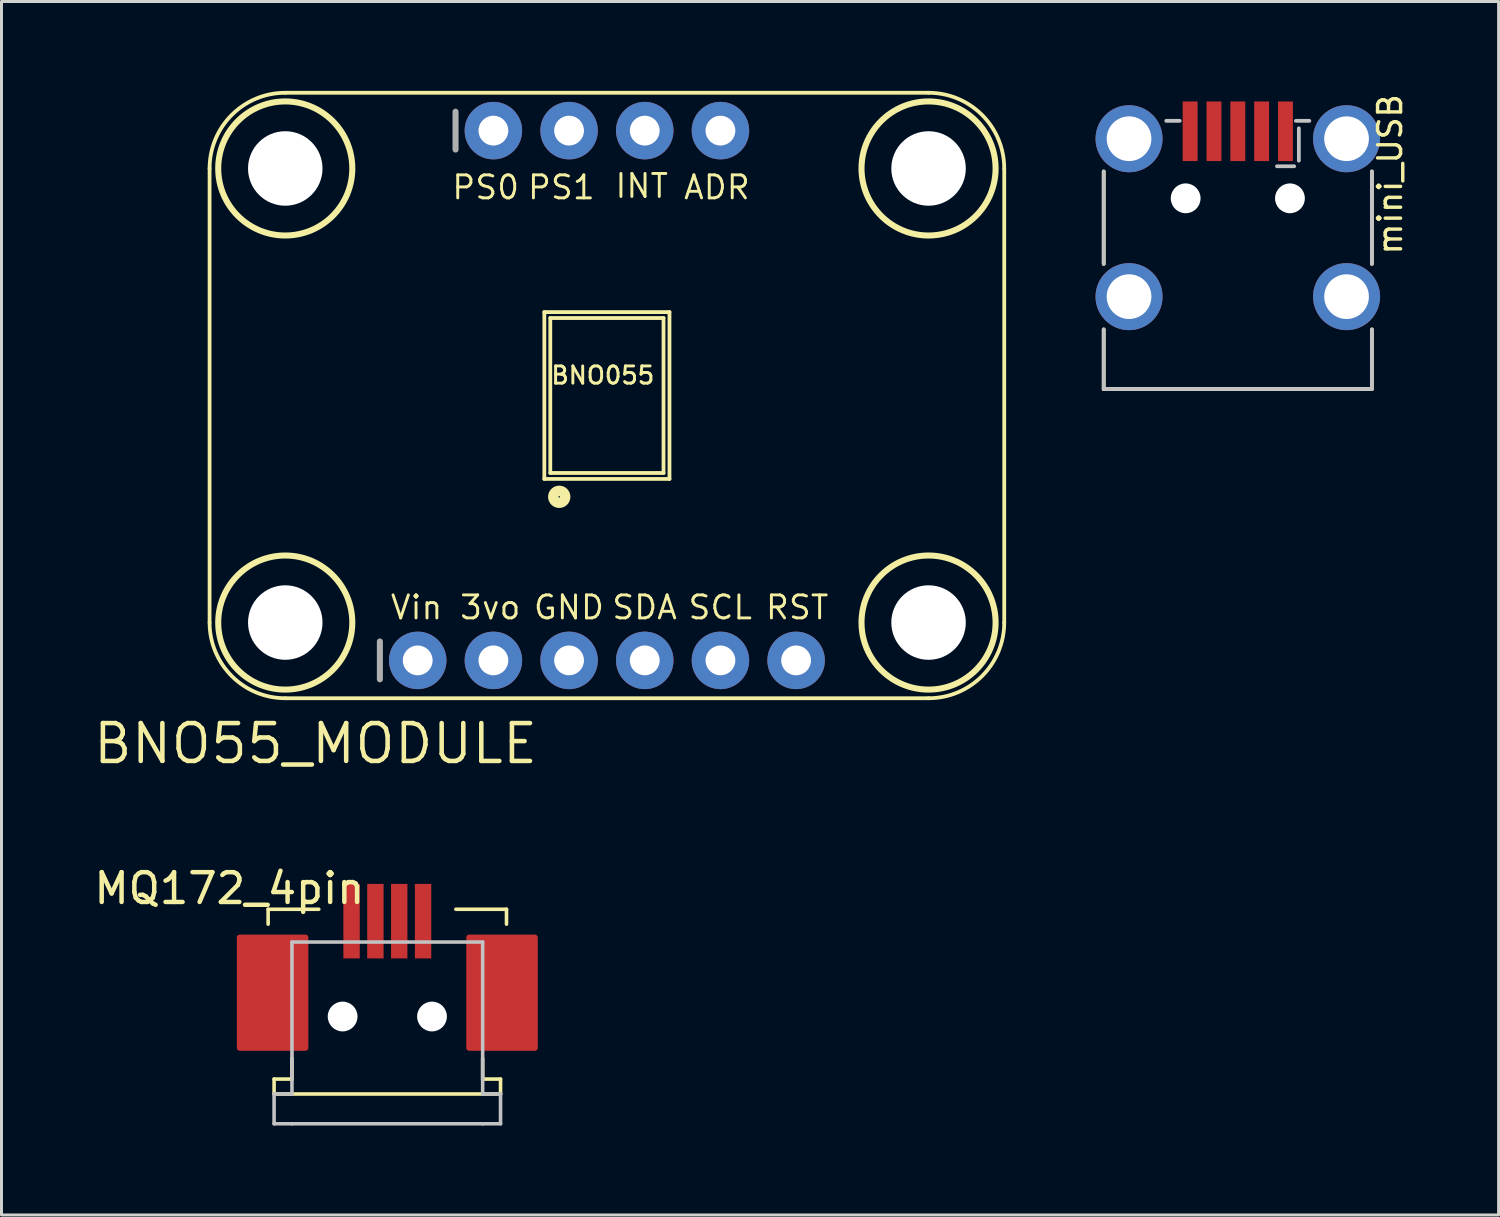
<source format=kicad_pcb>
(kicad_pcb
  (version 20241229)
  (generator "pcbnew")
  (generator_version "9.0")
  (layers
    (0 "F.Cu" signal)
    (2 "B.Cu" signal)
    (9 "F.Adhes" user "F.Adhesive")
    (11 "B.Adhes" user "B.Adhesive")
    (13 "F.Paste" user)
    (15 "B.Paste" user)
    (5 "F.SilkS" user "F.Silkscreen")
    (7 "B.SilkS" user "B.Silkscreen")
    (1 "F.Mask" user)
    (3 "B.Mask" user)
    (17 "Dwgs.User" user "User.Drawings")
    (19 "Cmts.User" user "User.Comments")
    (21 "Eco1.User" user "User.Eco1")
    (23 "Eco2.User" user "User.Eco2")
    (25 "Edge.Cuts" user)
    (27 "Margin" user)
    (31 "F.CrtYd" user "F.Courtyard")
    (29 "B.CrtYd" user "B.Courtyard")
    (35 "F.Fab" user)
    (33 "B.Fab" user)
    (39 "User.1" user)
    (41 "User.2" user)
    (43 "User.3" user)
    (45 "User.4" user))
  (footprint "BNO55_MODULE"
    (layer "F.Cu")
    (at 3.984 20.384)
    (property "Reference" "BNO55_MODULE" (at 3.556 1.524 0) (layer "F.SilkS") (effects (font (size 1.27 1.27) (thickness 0.152))))
    (attr through_hole)
    (fp_line (start 0 -2.54) (end 0 -17.78) (stroke (width 0.127) (type solid)) (layer "F.SilkS"))
    (fp_line (start 2.54 -20.32) (end 24.13 -20.32) (stroke (width 0.127) (type solid)) (layer "F.SilkS"))
    (fp_line (start 11.235 -12.96) (end 15.435 -12.96) (stroke (width 0.127) (type solid)) (layer "F.SilkS"))
    (fp_line (start 11.235 -7.36) (end 11.235 -12.96) (stroke (width 0.127) (type solid)) (layer "F.SilkS"))
    (fp_line (start 11.435 -12.76) (end 15.235 -12.76) (stroke (width 0.127) (type solid)) (layer "F.SilkS"))
    (fp_line (start 11.435 -7.56) (end 11.435 -12.76) (stroke (width 0.127) (type solid)) (layer "F.SilkS"))
    (fp_line (start 15.235 -12.76) (end 15.235 -7.56) (stroke (width 0.127) (type solid)) (layer "F.SilkS"))
    (fp_line (start 15.235 -7.56) (end 11.435 -7.56) (stroke (width 0.127) (type solid)) (layer "F.SilkS"))
    (fp_line (start 15.435 -12.96) (end 15.435 -7.36) (stroke (width 0.127) (type solid)) (layer "F.SilkS"))
    (fp_line (start 15.435 -7.36) (end 11.235 -7.36) (stroke (width 0.127) (type solid)) (layer "F.SilkS"))
    (fp_line (start 24.13 0) (end 2.54 0) (stroke (width 0.127) (type solid)) (layer "F.SilkS"))
    (fp_line (start 26.67 -17.78) (end 26.67 -2.54) (stroke (width 0.127) (type solid)) (layer "F.SilkS"))
    (fp_arc (start 0 -17.78) (mid 0.743949 -19.576051) (end 2.54 -20.32) (stroke (width 0.127) (type solid)) (layer "F.SilkS"))
    (fp_arc (start 2.54 0) (mid 0.743949 -0.743949) (end 0 -2.54) (stroke (width 0.127) (type solid)) (layer "F.SilkS"))
    (fp_arc (start 24.13 -20.32) (mid 25.926051 -19.576051) (end 26.67 -17.78) (stroke (width 0.127) (type solid)) (layer "F.SilkS"))
    (fp_arc (start 26.67 -2.54) (mid 25.926051 -0.743949) (end 24.13 0) (stroke (width 0.127) (type solid)) (layer "F.SilkS"))
    (fp_circle (center 2.54 -17.78) (end 4.79 -17.78) (stroke (width 0.203) (type solid)) (fill no) (layer "F.SilkS"))
    (fp_circle (center 2.54 -2.54) (end 4.79 -2.54) (stroke (width 0.203) (type solid)) (fill no) (layer "F.SilkS"))
    (fp_circle (center 11.735 -6.76) (end 11.935 -6.76) (stroke (width 0.35) (type solid)) (fill no) (layer "F.SilkS"))
    (fp_circle (center 24.13 -17.78) (end 26.38 -17.78) (stroke (width 0.203) (type solid)) (fill no) (layer "F.SilkS"))
    (fp_circle (center 24.13 -2.54) (end 26.38 -2.54) (stroke (width 0.203) (type solid)) (fill no) (layer "F.SilkS"))
    (fp_line (start 5.715 -1.905) (end 5.715 -0.635) (stroke (width 0.203) (type solid)) (layer "F.Fab"))
    (fp_line (start 8.255 -19.685) (end 8.255 -18.415) (stroke (width 0.203) (type solid)) (layer "F.Fab"))
    (fp_poly (pts (xy 6.731 -1.016) (xy 7.239 -1.016) (xy 7.239 -1.524) (xy 6.731 -1.524)) (stroke (width 0.1) (type solid)) (fill no) (layer "F.Fab"))
    (fp_poly (pts (xy 9.271 -18.796) (xy 9.779 -18.796) (xy 9.779 -19.304) (xy 9.271 -19.304)) (stroke (width 0.1) (type solid)) (fill no) (layer "F.Fab"))
    (fp_poly (pts (xy 9.271 -1.016) (xy 9.779 -1.016) (xy 9.779 -1.524) (xy 9.271 -1.524)) (stroke (width 0.1) (type solid)) (fill no) (layer "F.Fab"))
    (fp_poly (pts (xy 11.811 -18.796) (xy 12.319 -18.796) (xy 12.319 -19.304) (xy 11.811 -19.304)) (stroke (width 0.1) (type solid)) (fill no) (layer "F.Fab"))
    (fp_poly (pts (xy 11.811 -1.016) (xy 12.319 -1.016) (xy 12.319 -1.524) (xy 11.811 -1.524)) (stroke (width 0.1) (type solid)) (fill no) (layer "F.Fab"))
    (fp_poly (pts (xy 14.351 -18.796) (xy 14.859 -18.796) (xy 14.859 -19.304) (xy 14.351 -19.304)) (stroke (width 0.1) (type solid)) (fill no) (layer "F.Fab"))
    (fp_poly (pts (xy 14.351 -1.016) (xy 14.859 -1.016) (xy 14.859 -1.524) (xy 14.351 -1.524)) (stroke (width 0.1) (type solid)) (fill no) (layer "F.Fab"))
    (fp_poly (pts (xy 16.891 -18.796) (xy 17.399 -18.796) (xy 17.399 -19.304) (xy 16.891 -19.304)) (stroke (width 0.1) (type solid)) (fill no) (layer "F.Fab"))
    (fp_poly (pts (xy 16.891 -1.016) (xy 17.399 -1.016) (xy 17.399 -1.524) (xy 16.891 -1.524)) (stroke (width 0.1) (type solid)) (fill no) (layer "F.Fab"))
    (fp_poly (pts (xy 19.431 -1.016) (xy 19.939 -1.016) (xy 19.939 -1.524) (xy 19.431 -1.524)) (stroke (width 0.1) (type solid)) (fill no) (layer "F.Fab"))
    (fp_text user "GND" (at 12.06 -3.048 0) (layer "F.SilkS") (effects (font (size 0.772 0.772) (thickness 0.098))))
    (fp_text user "ADR" (at 17.027 -17.145 0) (layer "F.SilkS") (effects (font (size 0.772 0.772) (thickness 0.098))))
    (fp_text user "PS0" (at 9.266 -17.145 0) (layer "F.SilkS") (effects (font (size 0.772 0.772) (thickness 0.098))))
    (fp_text user "INT" (at 14.504 -17.193 0) (layer "F.SilkS") (effects (font (size 0.772 0.772) (thickness 0.098))))
    (fp_text user "SCL" (at 17.14 -3.048 0) (layer "F.SilkS") (effects (font (size 0.772 0.772) (thickness 0.098))))
    (fp_text user "3vo" (at 9.42 -3.048 0) (layer "F.SilkS") (effects (font (size 0.772 0.772) (thickness 0.098))))
    (fp_text user "RST" (at 19.72 -3.048 0) (layer "F.SilkS") (effects (font (size 0.772 0.772) (thickness 0.098))))
    (fp_text user "BNO055" (at 14.986 -11.176 0) (layer "F.SilkS") (effects (font (size 0.579 0.579) (thickness 0.098)) (justify right top)))
    (fp_text user "PS1" (at 11.806 -17.145 0) (layer "F.SilkS") (effects (font (size 0.772 0.772) (thickness 0.098))))
    (fp_text user "SDA" (at 14.6 -3.048 0) (layer "F.SilkS") (effects (font (size 0.772 0.772) (thickness 0.098))))
    (fp_text user "Vin" (at 6.947 -3.048 0) (layer "F.SilkS") (effects (font (size 0.772 0.772) (thickness 0.098))))
    (pad "" np_thru_hole circle (at 2.54 -17.78) (size 2.5 2.5) (drill 2.5) (layers "*.Cu" "*.Mask"))
    (pad "" np_thru_hole circle (at 2.54 -2.54) (size 2.5 2.5) (drill 2.5) (layers "*.Cu" "*.Mask"))
    (pad "" np_thru_hole circle (at 24.13 -17.78) (size 2.5 2.5) (drill 2.5) (layers "*.Cu" "*.Mask"))
    (pad "" np_thru_hole circle (at 24.13 -2.54) (size 2.5 2.5) (drill 2.5) (layers "*.Cu" "*.Mask"))
    (pad "1" thru_hole circle (at 9.525 -19.05 90) (size 1.93 1.93) (drill 1) (layers "*.Cu" "*.Mask"))
    (pad "2" thru_hole circle (at 12.065 -19.05 90) (size 1.93 1.93) (drill 1) (layers "*.Cu" "*.Mask"))
    (pad "3" thru_hole circle (at 14.605 -19.05 90) (size 1.93 1.93) (drill 1) (layers "*.Cu" "*.Mask"))
    (pad "4" thru_hole circle (at 17.145 -19.05 90) (size 1.93 1.93) (drill 1) (layers "*.Cu" "*.Mask"))
    (pad "5" thru_hole circle (at 6.985 -1.27 90) (size 1.93 1.93) (drill 1) (layers "*.Cu" "*.Mask"))
    (pad "6" thru_hole circle (at 9.525 -1.27 90) (size 1.93 1.93) (drill 1) (layers "*.Cu" "*.Mask"))
    (pad "7" thru_hole circle (at 12.065 -1.27 90) (size 1.93 1.93) (drill 1) (layers "*.Cu" "*.Mask"))
    (pad "8" thru_hole circle (at 14.605 -1.27 90) (size 1.93 1.93) (drill 1) (layers "*.Cu" "*.Mask"))
    (pad "9" thru_hole circle (at 17.145 -1.27 90) (size 1.93 1.93) (drill 1) (layers "*.Cu" "*.Mask"))
    (pad "10" thru_hole circle (at 19.685 -1.27 90) (size 1.93 1.93) (drill 1) (layers "*.Cu" "*.Mask")))
  (footprint "mini_USB"
    (layer "F.Cu")
    (at 38.493 10.006)
    (property "Reference" "mini_USB" (at 5.563 -4.445 270) (layer "F.SilkS") (effects (font (size 0.772 0.772) (thickness 0.116)) (justify left bottom)))
    (attr through_hole)
    (fp_line (start -4.5 -7.3) (end -4.5 -4.2) (stroke (width 0.127) (type solid)) (layer "F.SilkS"))
    (fp_line (start -4.5 -2) (end -4.5 0) (stroke (width 0.127) (type solid)) (layer "F.SilkS"))
    (fp_line (start -4.5 0) (end 4.5 0) (stroke (width 0.127) (type solid)) (layer "F.SilkS"))
    (fp_line (start 4.5 -7.3) (end 4.5 -4.2) (stroke (width 0.127) (type solid)) (layer "F.SilkS"))
    (fp_line (start 4.5 0) (end 4.5 -2) (stroke (width 0.127) (type solid)) (layer "F.SilkS"))
    (fp_line (start -4.5 -7.3) (end -4.5 -4.2) (stroke (width 0.127) (type solid)) (layer "Dwgs.User"))
    (fp_line (start -4.5 -2) (end -4.5 0) (stroke (width 0.127) (type solid)) (layer "Dwgs.User"))
    (fp_line (start -4.5 0) (end 4.5 0) (stroke (width 0.127) (type solid)) (layer "Dwgs.User"))
    (fp_line (start -1.95 -9) (end -2.4 -9) (stroke (width 0.127) (type solid)) (layer "Dwgs.User"))
    (fp_line (start 1.315 -7.476) (end 1.892 -7.476) (stroke (width 0.127) (type solid)) (layer "Dwgs.User"))
    (fp_line (start 1.95 -9) (end 2.4 -9) (stroke (width 0.127) (type solid)) (layer "Dwgs.User"))
    (fp_line (start 2.049 -7.665) (end 2.049 -8.75) (stroke (width 0.127) (type solid)) (layer "Dwgs.User"))
    (fp_line (start 4.5 -7.3) (end 4.5 -4.2) (stroke (width 0.127) (type solid)) (layer "Dwgs.User"))
    (fp_line (start 4.5 0) (end 4.5 -2) (stroke (width 0.127) (type solid)) (layer "Dwgs.User"))
    (pad "" np_thru_hole circle (at -1.75 -6.4) (size 1 1) (drill 1) (layers "*.Cu" "*.Mask"))
    (pad "" np_thru_hole circle (at 1.75 -6.4) (size 1 1) (drill 1) (layers "*.Cu" "*.Mask"))
    (pad "1" smd rect (at -1.6 -8.65 90) (size 2 0.5) (layers "F.Cu" "F.Mask" "F.Paste"))
    (pad "2" smd rect (at -0.8 -8.65 90) (size 2 0.5) (layers "F.Cu" "F.Mask" "F.Paste"))
    (pad "3" smd rect (at 0 -8.65 90) (size 2 0.5) (layers "F.Cu" "F.Mask" "F.Paste"))
    (pad "4" smd rect (at 0.8 -8.65 90) (size 2 0.5) (layers "F.Cu" "F.Mask" "F.Paste"))
    (pad "5" smd rect (at 1.6 -8.65 90) (size 2 0.5) (layers "F.Cu" "F.Mask" "F.Paste"))
    (pad "6" thru_hole circle (at -3.65 -8.4) (size 2.25 2.25) (drill 1.5) (layers "*.Cu" "*.Mask"))
    (pad "6" thru_hole circle (at -3.65 -3.1 90) (size 2.25 2.25) (drill 1.5) (layers "*.Cu" "*.Mask"))
    (pad "6" thru_hole circle (at 3.65 -8.4) (size 2.25 2.25) (drill 1.5) (layers "*.Cu" "*.Mask"))
    (pad "6" thru_hole circle (at 3.65 -3.1 90) (size 2.25 2.25) (drill 1.5) (layers "*.Cu" "*.Mask")))
  (footprint "MQ172_4pin"
    (layer "F.Cu")
    (at 9.949 27.866)
    (property "Reference" "MQ172_4pin" (at -5.3 -1.1 0) (layer "F.SilkS") (effects (font (size 1 1) (thickness 0.15))))
    (attr through_hole)
    (fp_line (start -4 -0.4) (end -2.3 -0.4) (stroke (width 0.12) (type solid)) (layer "F.SilkS"))
    (fp_line (start -4 0.1) (end -4 -0.4) (stroke (width 0.12) (type solid)) (layer "F.SilkS"))
    (fp_line (start -3.8 5.8) (end -3.8 5.3) (stroke (width 0.12) (type solid)) (layer "F.SilkS"))
    (fp_line (start -3.8 5.8) (end 3.8 5.8) (stroke (width 0.12) (type solid)) (layer "F.SilkS"))
    (fp_line (start -3.2 5.3) (end -3.8 5.3) (stroke (width 0.12) (type solid)) (layer "F.SilkS"))
    (fp_line (start -3.2 5.3) (end -3.2 4.6) (stroke (width 0.12) (type solid)) (layer "F.SilkS"))
    (fp_line (start 3.2 5.3) (end 3.2 4.6) (stroke (width 0.12) (type solid)) (layer "F.SilkS"))
    (fp_line (start 3.8 5.3) (end 3.2 5.3) (stroke (width 0.12) (type solid)) (layer "F.SilkS"))
    (fp_line (start 3.8 5.8) (end 3.8 5.3) (stroke (width 0.12) (type solid)) (layer "F.SilkS"))
    (fp_line (start 4 -0.4) (end 2.3 -0.4) (stroke (width 0.12) (type solid)) (layer "F.SilkS"))
    (fp_line (start 4 -0.4) (end 4 0.1) (stroke (width 0.12) (type solid)) (layer "F.SilkS"))
    (fp_line (start -3.8 5.8) (end -3.2 5.8) (stroke (width 0.12) (type solid)) (layer "Dwgs.User"))
    (fp_line (start -3.8 6.8) (end -3.8 5.8) (stroke (width 0.12) (type solid)) (layer "Dwgs.User"))
    (fp_line (start -3.8 6.8) (end -3.2 6.8) (stroke (width 0.12) (type solid)) (layer "Dwgs.User"))
    (fp_line (start -3.2 0.7) (end -3.2 5.8) (stroke (width 0.12) (type solid)) (layer "Dwgs.User"))
    (fp_line (start -3.2 6.8) (end 3.2 6.8) (stroke (width 0.12) (type solid)) (layer "Dwgs.User"))
    (fp_line (start 3.2 0.7) (end -3.2 0.7) (stroke (width 0.12) (type solid)) (layer "Dwgs.User"))
    (fp_line (start 3.2 5.8) (end 3.2 0.7) (stroke (width 0.12) (type solid)) (layer "Dwgs.User"))
    (fp_line (start 3.8 5.8) (end 3.2 5.8) (stroke (width 0.12) (type solid)) (layer "Dwgs.User"))
    (fp_line (start 3.8 5.8) (end 3.8 6.8) (stroke (width 0.12) (type solid)) (layer "Dwgs.User"))
    (fp_line (start 3.8 6.8) (end 3.2 6.8) (stroke (width 0.12) (type solid)) (layer "Dwgs.User"))
    (pad "" np_thru_hole circle (at -1.5 3.2) (size 1 1) (drill 1) (layers "*.Cu" "*.Mask"))
    (pad "" np_thru_hole circle (at 1.5 3.2) (size 1 1) (drill 1) (layers "*.Cu" "*.Mask"))
    (pad "1" smd rect (at -1.2 0) (size 0.55 2.5) (layers "F.Cu" "F.Mask" "F.Paste"))
    (pad "2" smd rect (at -0.4 0) (size 0.55 2.5) (layers "F.Cu" "F.Mask" "F.Paste"))
    (pad "3" smd rect (at 0.4 0) (size 0.55 2.5) (layers "F.Cu" "F.Mask" "F.Paste"))
    (pad "4" smd rect (at 1.2 0) (size 0.55 2.5) (layers "F.Cu" "F.Mask" "F.Paste"))
    (pad "5" smd roundrect (at -3.85 2.4) (size 2.4 3.9) (layers "F.Cu" "F.Mask" "F.Paste") (roundrect_rratio 0.04))
    (pad "5" smd roundrect (at 3.85 2.4) (size 2.4 3.9) (layers "F.Cu" "F.Mask" "F.Paste") (roundrect_rratio 0.04)))
  (gr_rect
    (start -3 -3)
    (end 47.246 37.726)
    (stroke (width 0.1) (type default))
    (fill no)
    (layer "Edge.Cuts")))
</source>
